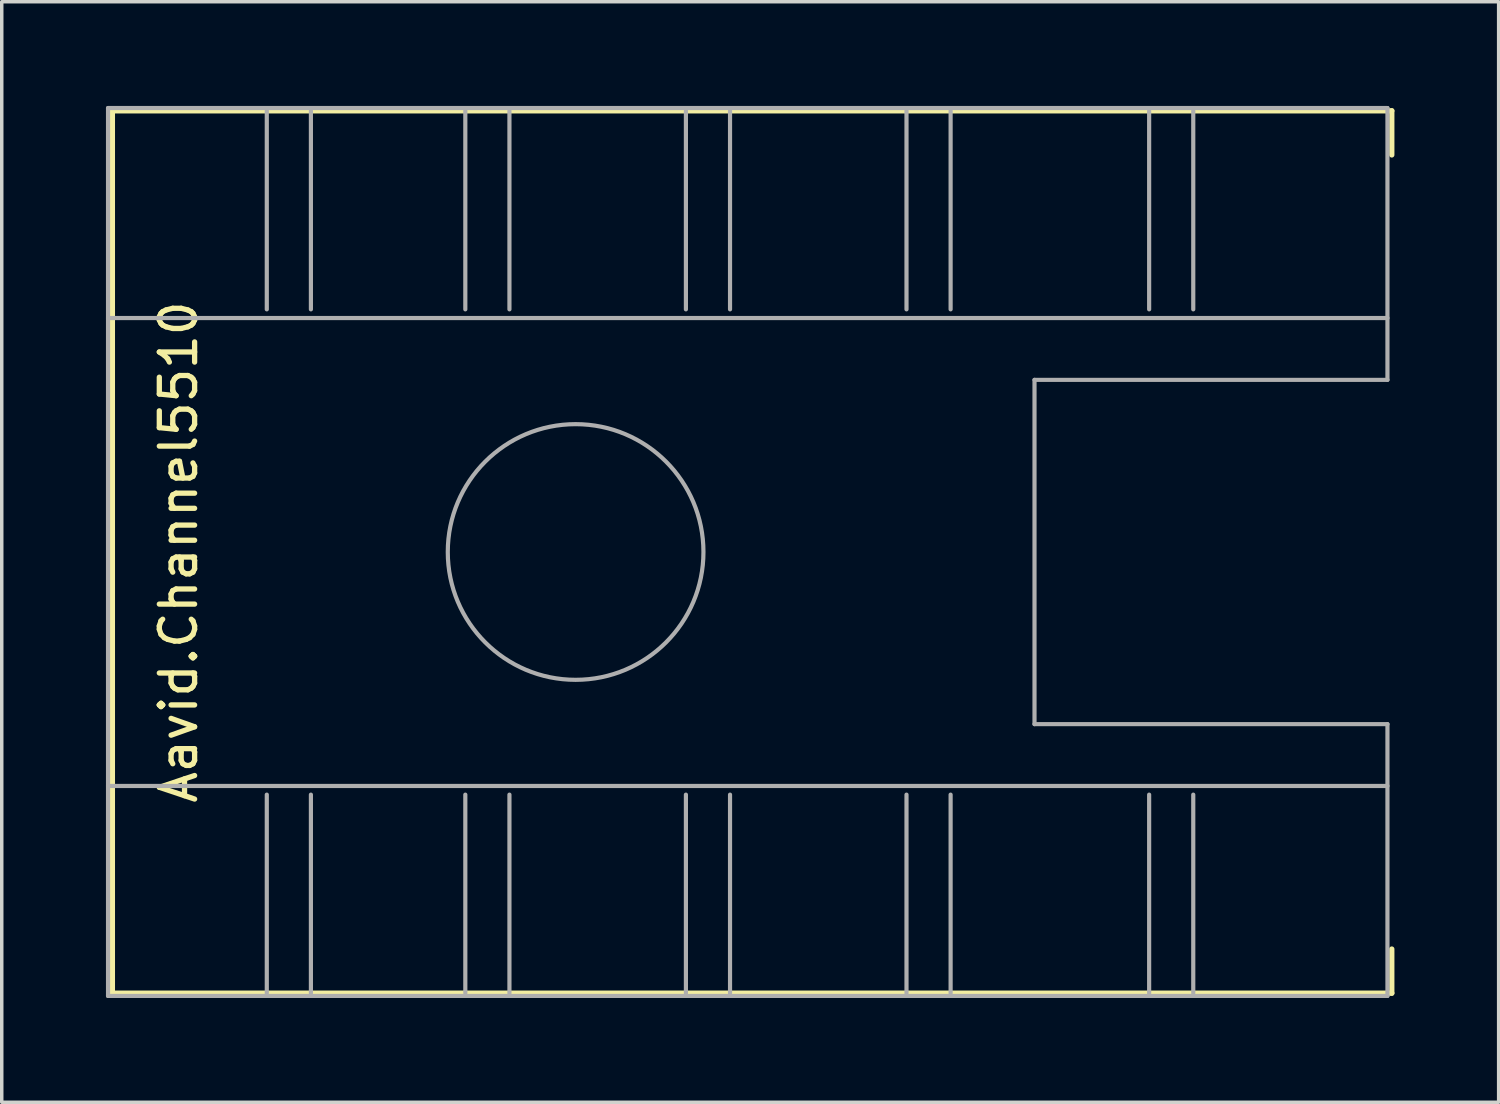
<source format=kicad_pcb>
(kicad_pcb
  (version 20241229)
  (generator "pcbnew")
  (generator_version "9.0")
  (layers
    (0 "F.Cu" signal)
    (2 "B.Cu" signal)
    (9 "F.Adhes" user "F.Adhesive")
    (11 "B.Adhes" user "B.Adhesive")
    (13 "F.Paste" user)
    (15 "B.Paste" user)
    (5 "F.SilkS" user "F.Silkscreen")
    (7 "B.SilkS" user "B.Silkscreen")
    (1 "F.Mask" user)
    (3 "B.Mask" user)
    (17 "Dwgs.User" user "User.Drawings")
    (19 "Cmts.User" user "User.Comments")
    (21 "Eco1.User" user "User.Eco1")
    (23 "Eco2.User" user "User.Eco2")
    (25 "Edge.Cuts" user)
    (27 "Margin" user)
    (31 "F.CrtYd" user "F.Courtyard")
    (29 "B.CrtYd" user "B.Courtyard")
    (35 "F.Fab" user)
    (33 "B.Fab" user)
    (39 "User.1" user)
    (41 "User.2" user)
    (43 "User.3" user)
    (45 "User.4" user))
  (footprint "Aavid.Channel5510"
    (layer "F.Cu")
    (at 13.52 12.84)
    (property "Reference" "Aavid.Channel5510" (at -11.43 0 90) (layer "F.SilkS") (effects (font (size 1.016 1.016) (thickness 0.152))))
    (attr through_hole)
    (fp_line (start -13.335 -12.7) (end -13.335 12.7) (stroke (width 0.152) (type solid)) (layer "F.SilkS"))
    (fp_line (start -13.335 12.7) (end 23.495 12.7) (stroke (width 0.152) (type solid)) (layer "F.SilkS"))
    (fp_line (start 23.495 -12.7) (end -13.335 -12.7) (stroke (width 0.152) (type solid)) (layer "F.SilkS"))
    (fp_line (start 23.495 -11.43) (end 23.495 -12.7) (stroke (width 0.152) (type solid)) (layer "F.SilkS"))
    (fp_line (start 23.495 12.7) (end 23.495 11.43) (stroke (width 0.152) (type solid)) (layer "F.SilkS"))
    (fp_line (start -13.46 -12.78) (end -13.46 12.78) (stroke (width 0.12) (type solid)) (layer "F.Fab"))
    (fp_line (start -13.46 -12.78) (end 23.37 -12.78) (stroke (width 0.12) (type solid)) (layer "F.Fab"))
    (fp_line (start -13.46 -6.735) (end 23.37 -6.735) (stroke (width 0.12) (type solid)) (layer "F.Fab"))
    (fp_line (start -13.46 6.735) (end 23.37 6.735) (stroke (width 0.12) (type solid)) (layer "F.Fab"))
    (fp_line (start -13.46 12.78) (end 23.37 12.78) (stroke (width 0.12) (type solid)) (layer "F.Fab"))
    (fp_line (start -8.89 -12.7) (end -8.89 -6.985) (stroke (width 0.12) (type solid)) (layer "F.Fab"))
    (fp_line (start -8.89 6.985) (end -8.89 12.7) (stroke (width 0.12) (type solid)) (layer "F.Fab"))
    (fp_line (start -7.62 -12.7) (end -7.62 -6.985) (stroke (width 0.12) (type solid)) (layer "F.Fab"))
    (fp_line (start -7.62 6.985) (end -7.62 12.7) (stroke (width 0.12) (type solid)) (layer "F.Fab"))
    (fp_line (start -3.175 -12.7) (end -3.175 -6.985) (stroke (width 0.12) (type solid)) (layer "F.Fab"))
    (fp_line (start -3.175 6.985) (end -3.175 12.7) (stroke (width 0.12) (type solid)) (layer "F.Fab"))
    (fp_line (start -1.905 -6.985) (end -1.905 -12.7) (stroke (width 0.12) (type solid)) (layer "F.Fab"))
    (fp_line (start -1.905 12.7) (end -1.905 6.985) (stroke (width 0.12) (type solid)) (layer "F.Fab"))
    (fp_line (start 3.175 -12.7) (end 3.175 -6.985) (stroke (width 0.12) (type solid)) (layer "F.Fab"))
    (fp_line (start 3.175 6.985) (end 3.175 12.7) (stroke (width 0.12) (type solid)) (layer "F.Fab"))
    (fp_line (start 4.445 -12.7) (end 4.445 -6.985) (stroke (width 0.12) (type solid)) (layer "F.Fab"))
    (fp_line (start 4.445 6.985) (end 4.445 12.7) (stroke (width 0.12) (type solid)) (layer "F.Fab"))
    (fp_line (start 9.525 -12.7) (end 9.525 -6.985) (stroke (width 0.12) (type solid)) (layer "F.Fab"))
    (fp_line (start 9.525 6.985) (end 9.525 12.7) (stroke (width 0.12) (type solid)) (layer "F.Fab"))
    (fp_line (start 10.795 -6.985) (end 10.795 -12.7) (stroke (width 0.12) (type solid)) (layer "F.Fab"))
    (fp_line (start 10.795 12.7) (end 10.795 6.985) (stroke (width 0.12) (type solid)) (layer "F.Fab"))
    (fp_line (start 13.21 -4.955) (end 13.21 4.955) (stroke (width 0.12) (type solid)) (layer "F.Fab"))
    (fp_line (start 13.21 -4.955) (end 23.37 -4.955) (stroke (width 0.12) (type solid)) (layer "F.Fab"))
    (fp_line (start 13.21 4.955) (end 23.37 4.955) (stroke (width 0.12) (type solid)) (layer "F.Fab"))
    (fp_line (start 16.51 -12.7) (end 16.51 -6.985) (stroke (width 0.12) (type solid)) (layer "F.Fab"))
    (fp_line (start 16.51 6.985) (end 16.51 12.7) (stroke (width 0.12) (type solid)) (layer "F.Fab"))
    (fp_line (start 17.78 -12.7) (end 17.78 -6.985) (stroke (width 0.12) (type solid)) (layer "F.Fab"))
    (fp_line (start 17.78 6.985) (end 17.78 12.7) (stroke (width 0.12) (type solid)) (layer "F.Fab"))
    (fp_line (start 23.37 -12.78) (end 23.37 -4.955) (stroke (width 0.12) (type solid)) (layer "F.Fab"))
    (fp_line (start 23.37 4.955) (end 23.37 12.78) (stroke (width 0.12) (type solid)) (layer "F.Fab"))
    (fp_circle (center 0 0) (end 3.68 0) (stroke (width 0.12) (type solid)) (fill no) (layer "F.Fab")))
  (gr_rect
    (start -3 -3)
    (end 40.091 28.68)
    (stroke (width 0.1) (type default))
    (fill no)
    (layer "Edge.Cuts")))
</source>
